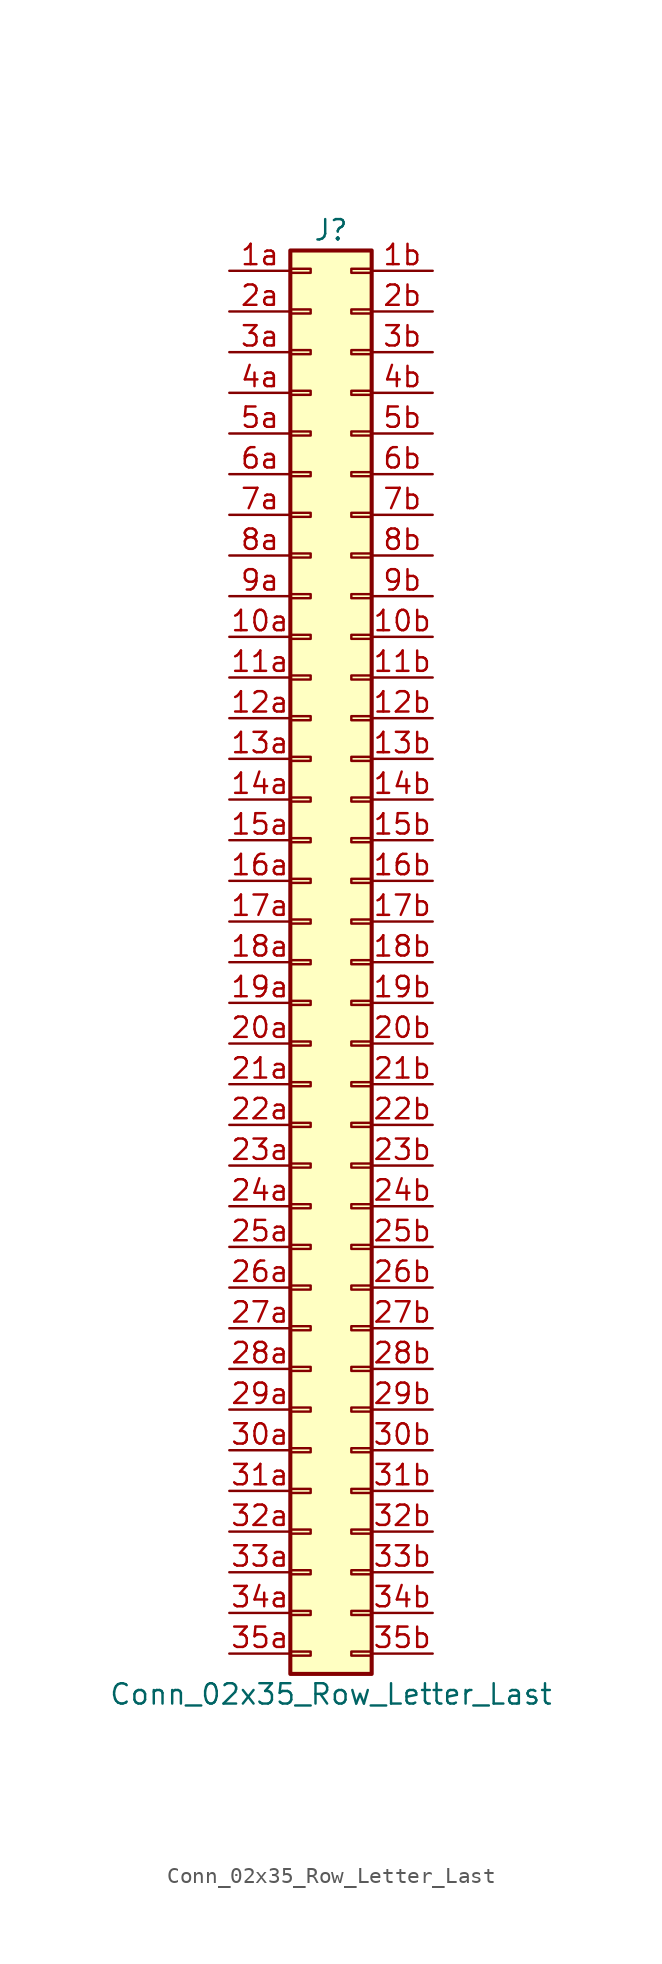
<source format=kicad_sym>
(kicad_symbol_lib
  (version 20220914)
  (generator kicad_symbol_editor)
  (symbol "Conn_02x35_Row_Letter_Last"
    (pin_names
      (offset 1.016) hide)
    (property "Reference" "J"
      (at 1.27 45.72 0)
      (effects (font (size 1.27 1.27))))
    (property "Value" "Conn_02x35_Row_Letter_Last"
      (at 1.27 -45.72 0)
      (effects (font (size 1.27 1.27))))
    (symbol "Conn_02x35_Row_Letter_Last_1_1"
      (rectangle (start -1.27 -43.053) (end 0 -43.307) (stroke (width 0.152) (type solid)) (fill (type none)))
      (rectangle (start -1.27 -40.513) (end 0 -40.767) (stroke (width 0.152) (type solid)) (fill (type none)))
      (rectangle (start -1.27 -37.973) (end 0 -38.227) (stroke (width 0.152) (type solid)) (fill (type none)))
      (rectangle (start -1.27 -35.433) (end 0 -35.687) (stroke (width 0.152) (type solid)) (fill (type none)))
      (rectangle (start -1.27 -32.893) (end 0 -33.147) (stroke (width 0.152) (type solid)) (fill (type none)))
      (rectangle (start -1.27 -30.353) (end 0 -30.607) (stroke (width 0.152) (type solid)) (fill (type none)))
      (rectangle (start -1.27 -27.813) (end 0 -28.067) (stroke (width 0.152) (type solid)) (fill (type none)))
      (rectangle (start -1.27 -25.273) (end 0 -25.527) (stroke (width 0.152) (type solid)) (fill (type none)))
      (rectangle (start -1.27 -22.733) (end 0 -22.987) (stroke (width 0.152) (type solid)) (fill (type none)))
      (rectangle (start -1.27 -20.193) (end 0 -20.447) (stroke (width 0.152) (type solid)) (fill (type none)))
      (rectangle (start -1.27 -17.653) (end 0 -17.907) (stroke (width 0.152) (type solid)) (fill (type none)))
      (rectangle (start -1.27 -15.113) (end 0 -15.367) (stroke (width 0.152) (type solid)) (fill (type none)))
      (rectangle (start -1.27 -12.573) (end 0 -12.827) (stroke (width 0.152) (type solid)) (fill (type none)))
      (rectangle (start -1.27 -10.033) (end 0 -10.287) (stroke (width 0.152) (type solid)) (fill (type none)))
      (rectangle (start -1.27 -7.493) (end 0 -7.747) (stroke (width 0.152) (type solid)) (fill (type none)))
      (rectangle (start -1.27 -4.953) (end 0 -5.207) (stroke (width 0.152) (type solid)) (fill (type none)))
      (rectangle (start -1.27 -2.413) (end 0 -2.667) (stroke (width 0.152) (type solid)) (fill (type none)))
      (rectangle (start -1.27 0.127) (end 0 -0.127) (stroke (width 0.152) (type solid)) (fill (type none)))
      (rectangle (start -1.27 2.667) (end 0 2.413) (stroke (width 0.152) (type solid)) (fill (type none)))
      (rectangle (start -1.27 5.207) (end 0 4.953) (stroke (width 0.152) (type solid)) (fill (type none)))
      (rectangle (start -1.27 7.747) (end 0 7.493) (stroke (width 0.152) (type solid)) (fill (type none)))
      (rectangle (start -1.27 10.287) (end 0 10.033) (stroke (width 0.152) (type solid)) (fill (type none)))
      (rectangle (start -1.27 12.827) (end 0 12.573) (stroke (width 0.152) (type solid)) (fill (type none)))
      (rectangle (start -1.27 15.367) (end 0 15.113) (stroke (width 0.152) (type solid)) (fill (type none)))
      (rectangle (start -1.27 17.907) (end 0 17.653) (stroke (width 0.152) (type solid)) (fill (type none)))
      (rectangle (start -1.27 20.447) (end 0 20.193) (stroke (width 0.152) (type solid)) (fill (type none)))
      (rectangle (start -1.27 22.987) (end 0 22.733) (stroke (width 0.152) (type solid)) (fill (type none)))
      (rectangle (start -1.27 25.527) (end 0 25.273) (stroke (width 0.152) (type solid)) (fill (type none)))
      (rectangle (start -1.27 28.067) (end 0 27.813) (stroke (width 0.152) (type solid)) (fill (type none)))
      (rectangle (start -1.27 30.607) (end 0 30.353) (stroke (width 0.152) (type solid)) (fill (type none)))
      (rectangle (start -1.27 33.147) (end 0 32.893) (stroke (width 0.152) (type solid)) (fill (type none)))
      (rectangle (start -1.27 35.687) (end 0 35.433) (stroke (width 0.152) (type solid)) (fill (type none)))
      (rectangle (start -1.27 38.227) (end 0 37.973) (stroke (width 0.152) (type solid)) (fill (type none)))
      (rectangle (start -1.27 40.767) (end 0 40.513) (stroke (width 0.152) (type solid)) (fill (type none)))
      (rectangle (start -1.27 43.307) (end 0 43.053) (stroke (width 0.152) (type solid)) (fill (type none)))
      (rectangle (start -1.27 44.45) (end 3.81 -44.45) (stroke (width 0.254) (type solid)) (fill (type background)))
      (rectangle (start 3.81 -43.053) (end 2.54 -43.307) (stroke (width 0.152) (type solid)) (fill (type none)))
      (rectangle (start 3.81 -40.513) (end 2.54 -40.767) (stroke (width 0.152) (type solid)) (fill (type none)))
      (rectangle (start 3.81 -37.973) (end 2.54 -38.227) (stroke (width 0.152) (type solid)) (fill (type none)))
      (rectangle (start 3.81 -35.433) (end 2.54 -35.687) (stroke (width 0.152) (type solid)) (fill (type none)))
      (rectangle (start 3.81 -32.893) (end 2.54 -33.147) (stroke (width 0.152) (type solid)) (fill (type none)))
      (rectangle (start 3.81 -30.353) (end 2.54 -30.607) (stroke (width 0.152) (type solid)) (fill (type none)))
      (rectangle (start 3.81 -27.813) (end 2.54 -28.067) (stroke (width 0.152) (type solid)) (fill (type none)))
      (rectangle (start 3.81 -25.273) (end 2.54 -25.527) (stroke (width 0.152) (type solid)) (fill (type none)))
      (rectangle (start 3.81 -22.733) (end 2.54 -22.987) (stroke (width 0.152) (type solid)) (fill (type none)))
      (rectangle (start 3.81 -20.193) (end 2.54 -20.447) (stroke (width 0.152) (type solid)) (fill (type none)))
      (rectangle (start 3.81 -17.653) (end 2.54 -17.907) (stroke (width 0.152) (type solid)) (fill (type none)))
      (rectangle (start 3.81 -15.113) (end 2.54 -15.367) (stroke (width 0.152) (type solid)) (fill (type none)))
      (rectangle (start 3.81 -12.573) (end 2.54 -12.827) (stroke (width 0.152) (type solid)) (fill (type none)))
      (rectangle (start 3.81 -10.033) (end 2.54 -10.287) (stroke (width 0.152) (type solid)) (fill (type none)))
      (rectangle (start 3.81 -7.493) (end 2.54 -7.747) (stroke (width 0.152) (type solid)) (fill (type none)))
      (rectangle (start 3.81 -4.953) (end 2.54 -5.207) (stroke (width 0.152) (type solid)) (fill (type none)))
      (rectangle (start 3.81 -2.413) (end 2.54 -2.667) (stroke (width 0.152) (type solid)) (fill (type none)))
      (rectangle (start 3.81 0.127) (end 2.54 -0.127) (stroke (width 0.152) (type solid)) (fill (type none)))
      (rectangle (start 3.81 2.667) (end 2.54 2.413) (stroke (width 0.152) (type solid)) (fill (type none)))
      (rectangle (start 3.81 5.207) (end 2.54 4.953) (stroke (width 0.152) (type solid)) (fill (type none)))
      (rectangle (start 3.81 7.747) (end 2.54 7.493) (stroke (width 0.152) (type solid)) (fill (type none)))
      (rectangle (start 3.81 10.287) (end 2.54 10.033) (stroke (width 0.152) (type solid)) (fill (type none)))
      (rectangle (start 3.81 12.827) (end 2.54 12.573) (stroke (width 0.152) (type solid)) (fill (type none)))
      (rectangle (start 3.81 15.367) (end 2.54 15.113) (stroke (width 0.152) (type solid)) (fill (type none)))
      (rectangle (start 3.81 17.907) (end 2.54 17.653) (stroke (width 0.152) (type solid)) (fill (type none)))
      (rectangle (start 3.81 20.447) (end 2.54 20.193) (stroke (width 0.152) (type solid)) (fill (type none)))
      (rectangle (start 3.81 22.987) (end 2.54 22.733) (stroke (width 0.152) (type solid)) (fill (type none)))
      (rectangle (start 3.81 25.527) (end 2.54 25.273) (stroke (width 0.152) (type solid)) (fill (type none)))
      (rectangle (start 3.81 28.067) (end 2.54 27.813) (stroke (width 0.152) (type solid)) (fill (type none)))
      (rectangle (start 3.81 30.607) (end 2.54 30.353) (stroke (width 0.152) (type solid)) (fill (type none)))
      (rectangle (start 3.81 33.147) (end 2.54 32.893) (stroke (width 0.152) (type solid)) (fill (type none)))
      (rectangle (start 3.81 35.687) (end 2.54 35.433) (stroke (width 0.152) (type solid)) (fill (type none)))
      (rectangle (start 3.81 38.227) (end 2.54 37.973) (stroke (width 0.152) (type solid)) (fill (type none)))
      (rectangle (start 3.81 40.767) (end 2.54 40.513) (stroke (width 0.152) (type solid)) (fill (type none)))
      (rectangle (start 3.81 43.307) (end 2.54 43.053) (stroke (width 0.152) (type solid)) (fill (type none)))
      (pin passive line (at -5.08 20.32 0) (length 3.81) (name "Pin_10a" (effects (font (size 1.27 1.27)))) (number "10a" (effects (font (size 1.27 1.27)))))
      (pin passive line (at 7.62 20.32 180) (length 3.81) (name "Pin_10b" (effects (font (size 1.27 1.27)))) (number "10b" (effects (font (size 1.27 1.27)))))
      (pin passive line (at -5.08 17.78 0) (length 3.81) (name "Pin_11a" (effects (font (size 1.27 1.27)))) (number "11a" (effects (font (size 1.27 1.27)))))
      (pin passive line (at 7.62 17.78 180) (length 3.81) (name "Pin_11b" (effects (font (size 1.27 1.27)))) (number "11b" (effects (font (size 1.27 1.27)))))
      (pin passive line (at -5.08 15.24 0) (length 3.81) (name "Pin_12a" (effects (font (size 1.27 1.27)))) (number "12a" (effects (font (size 1.27 1.27)))))
      (pin passive line (at 7.62 15.24 180) (length 3.81) (name "Pin_12b" (effects (font (size 1.27 1.27)))) (number "12b" (effects (font (size 1.27 1.27)))))
      (pin passive line (at -5.08 12.7 0) (length 3.81) (name "Pin_13a" (effects (font (size 1.27 1.27)))) (number "13a" (effects (font (size 1.27 1.27)))))
      (pin passive line (at 7.62 12.7 180) (length 3.81) (name "Pin_13b" (effects (font (size 1.27 1.27)))) (number "13b" (effects (font (size 1.27 1.27)))))
      (pin passive line (at -5.08 10.16 0) (length 3.81) (name "Pin_14a" (effects (font (size 1.27 1.27)))) (number "14a" (effects (font (size 1.27 1.27)))))
      (pin passive line (at 7.62 10.16 180) (length 3.81) (name "Pin_14b" (effects (font (size 1.27 1.27)))) (number "14b" (effects (font (size 1.27 1.27)))))
      (pin passive line (at -5.08 7.62 0) (length 3.81) (name "Pin_15a" (effects (font (size 1.27 1.27)))) (number "15a" (effects (font (size 1.27 1.27)))))
      (pin passive line (at 7.62 7.62 180) (length 3.81) (name "Pin_15b" (effects (font (size 1.27 1.27)))) (number "15b" (effects (font (size 1.27 1.27)))))
      (pin passive line (at -5.08 5.08 0) (length 3.81) (name "Pin_16a" (effects (font (size 1.27 1.27)))) (number "16a" (effects (font (size 1.27 1.27)))))
      (pin passive line (at 7.62 5.08 180) (length 3.81) (name "Pin_16b" (effects (font (size 1.27 1.27)))) (number "16b" (effects (font (size 1.27 1.27)))))
      (pin passive line (at -5.08 2.54 0) (length 3.81) (name "Pin_17a" (effects (font (size 1.27 1.27)))) (number "17a" (effects (font (size 1.27 1.27)))))
      (pin passive line (at 7.62 2.54 180) (length 3.81) (name "Pin_17b" (effects (font (size 1.27 1.27)))) (number "17b" (effects (font (size 1.27 1.27)))))
      (pin passive line (at -5.08 0 0) (length 3.81) (name "Pin_18a" (effects (font (size 1.27 1.27)))) (number "18a" (effects (font (size 1.27 1.27)))))
      (pin passive line (at 7.62 0 180) (length 3.81) (name "Pin_18b" (effects (font (size 1.27 1.27)))) (number "18b" (effects (font (size 1.27 1.27)))))
      (pin passive line (at -5.08 -2.54 0) (length 3.81) (name "Pin_19a" (effects (font (size 1.27 1.27)))) (number "19a" (effects (font (size 1.27 1.27)))))
      (pin passive line (at 7.62 -2.54 180) (length 3.81) (name "Pin_19b" (effects (font (size 1.27 1.27)))) (number "19b" (effects (font (size 1.27 1.27)))))
      (pin passive line (at -5.08 43.18 0) (length 3.81) (name "Pin_1a" (effects (font (size 1.27 1.27)))) (number "1a" (effects (font (size 1.27 1.27)))))
      (pin passive line (at 7.62 43.18 180) (length 3.81) (name "Pin_1b" (effects (font (size 1.27 1.27)))) (number "1b" (effects (font (size 1.27 1.27)))))
      (pin passive line (at -5.08 -5.08 0) (length 3.81) (name "Pin_20a" (effects (font (size 1.27 1.27)))) (number "20a" (effects (font (size 1.27 1.27)))))
      (pin passive line (at 7.62 -5.08 180) (length 3.81) (name "Pin_20b" (effects (font (size 1.27 1.27)))) (number "20b" (effects (font (size 1.27 1.27)))))
      (pin passive line (at -5.08 -7.62 0) (length 3.81) (name "Pin_21a" (effects (font (size 1.27 1.27)))) (number "21a" (effects (font (size 1.27 1.27)))))
      (pin passive line (at 7.62 -7.62 180) (length 3.81) (name "Pin_21b" (effects (font (size 1.27 1.27)))) (number "21b" (effects (font (size 1.27 1.27)))))
      (pin passive line (at -5.08 -10.16 0) (length 3.81) (name "Pin_22a" (effects (font (size 1.27 1.27)))) (number "22a" (effects (font (size 1.27 1.27)))))
      (pin passive line (at 7.62 -10.16 180) (length 3.81) (name "Pin_22b" (effects (font (size 1.27 1.27)))) (number "22b" (effects (font (size 1.27 1.27)))))
      (pin passive line (at -5.08 -12.7 0) (length 3.81) (name "Pin_23a" (effects (font (size 1.27 1.27)))) (number "23a" (effects (font (size 1.27 1.27)))))
      (pin passive line (at 7.62 -12.7 180) (length 3.81) (name "Pin_23b" (effects (font (size 1.27 1.27)))) (number "23b" (effects (font (size 1.27 1.27)))))
      (pin passive line (at -5.08 -15.24 0) (length 3.81) (name "Pin_24a" (effects (font (size 1.27 1.27)))) (number "24a" (effects (font (size 1.27 1.27)))))
      (pin passive line (at 7.62 -15.24 180) (length 3.81) (name "Pin_24b" (effects (font (size 1.27 1.27)))) (number "24b" (effects (font (size 1.27 1.27)))))
      (pin passive line (at -5.08 -17.78 0) (length 3.81) (name "Pin_25a" (effects (font (size 1.27 1.27)))) (number "25a" (effects (font (size 1.27 1.27)))))
      (pin passive line (at 7.62 -17.78 180) (length 3.81) (name "Pin_25b" (effects (font (size 1.27 1.27)))) (number "25b" (effects (font (size 1.27 1.27)))))
      (pin passive line (at -5.08 -20.32 0) (length 3.81) (name "Pin_26a" (effects (font (size 1.27 1.27)))) (number "26a" (effects (font (size 1.27 1.27)))))
      (pin passive line (at 7.62 -20.32 180) (length 3.81) (name "Pin_26b" (effects (font (size 1.27 1.27)))) (number "26b" (effects (font (size 1.27 1.27)))))
      (pin passive line (at -5.08 -22.86 0) (length 3.81) (name "Pin_27a" (effects (font (size 1.27 1.27)))) (number "27a" (effects (font (size 1.27 1.27)))))
      (pin passive line (at 7.62 -22.86 180) (length 3.81) (name "Pin_27b" (effects (font (size 1.27 1.27)))) (number "27b" (effects (font (size 1.27 1.27)))))
      (pin passive line (at -5.08 -25.4 0) (length 3.81) (name "Pin_28a" (effects (font (size 1.27 1.27)))) (number "28a" (effects (font (size 1.27 1.27)))))
      (pin passive line (at 7.62 -25.4 180) (length 3.81) (name "Pin_28b" (effects (font (size 1.27 1.27)))) (number "28b" (effects (font (size 1.27 1.27)))))
      (pin passive line (at -5.08 -27.94 0) (length 3.81) (name "Pin_29a" (effects (font (size 1.27 1.27)))) (number "29a" (effects (font (size 1.27 1.27)))))
      (pin passive line (at 7.62 -27.94 180) (length 3.81) (name "Pin_29b" (effects (font (size 1.27 1.27)))) (number "29b" (effects (font (size 1.27 1.27)))))
      (pin passive line (at -5.08 40.64 0) (length 3.81) (name "Pin_2a" (effects (font (size 1.27 1.27)))) (number "2a" (effects (font (size 1.27 1.27)))))
      (pin passive line (at 7.62 40.64 180) (length 3.81) (name "Pin_2b" (effects (font (size 1.27 1.27)))) (number "2b" (effects (font (size 1.27 1.27)))))
      (pin passive line (at -5.08 -30.48 0) (length 3.81) (name "Pin_30a" (effects (font (size 1.27 1.27)))) (number "30a" (effects (font (size 1.27 1.27)))))
      (pin passive line (at 7.62 -30.48 180) (length 3.81) (name "Pin_30b" (effects (font (size 1.27 1.27)))) (number "30b" (effects (font (size 1.27 1.27)))))
      (pin passive line (at -5.08 -33.02 0) (length 3.81) (name "Pin_31a" (effects (font (size 1.27 1.27)))) (number "31a" (effects (font (size 1.27 1.27)))))
      (pin passive line (at 7.62 -33.02 180) (length 3.81) (name "Pin_31b" (effects (font (size 1.27 1.27)))) (number "31b" (effects (font (size 1.27 1.27)))))
      (pin passive line (at -5.08 -35.56 0) (length 3.81) (name "Pin_32a" (effects (font (size 1.27 1.27)))) (number "32a" (effects (font (size 1.27 1.27)))))
      (pin passive line (at 7.62 -35.56 180) (length 3.81) (name "Pin_32b" (effects (font (size 1.27 1.27)))) (number "32b" (effects (font (size 1.27 1.27)))))
      (pin passive line (at -5.08 -38.1 0) (length 3.81) (name "Pin_33a" (effects (font (size 1.27 1.27)))) (number "33a" (effects (font (size 1.27 1.27)))))
      (pin passive line (at 7.62 -38.1 180) (length 3.81) (name "Pin_33b" (effects (font (size 1.27 1.27)))) (number "33b" (effects (font (size 1.27 1.27)))))
      (pin passive line (at -5.08 -40.64 0) (length 3.81) (name "Pin_34a" (effects (font (size 1.27 1.27)))) (number "34a" (effects (font (size 1.27 1.27)))))
      (pin passive line (at 7.62 -40.64 180) (length 3.81) (name "Pin_34b" (effects (font (size 1.27 1.27)))) (number "34b" (effects (font (size 1.27 1.27)))))
      (pin passive line (at -5.08 -43.18 0) (length 3.81) (name "Pin_35a" (effects (font (size 1.27 1.27)))) (number "35a" (effects (font (size 1.27 1.27)))))
      (pin passive line (at 7.62 -43.18 180) (length 3.81) (name "Pin_35b" (effects (font (size 1.27 1.27)))) (number "35b" (effects (font (size 1.27 1.27)))))
      (pin passive line (at -5.08 38.1 0) (length 3.81) (name "Pin_3a" (effects (font (size 1.27 1.27)))) (number "3a" (effects (font (size 1.27 1.27)))))
      (pin passive line (at 7.62 38.1 180) (length 3.81) (name "Pin_3b" (effects (font (size 1.27 1.27)))) (number "3b" (effects (font (size 1.27 1.27)))))
      (pin passive line (at -5.08 35.56 0) (length 3.81) (name "Pin_4a" (effects (font (size 1.27 1.27)))) (number "4a" (effects (font (size 1.27 1.27)))))
      (pin passive line (at 7.62 35.56 180) (length 3.81) (name "Pin_4b" (effects (font (size 1.27 1.27)))) (number "4b" (effects (font (size 1.27 1.27)))))
      (pin passive line (at -5.08 33.02 0) (length 3.81) (name "Pin_5a" (effects (font (size 1.27 1.27)))) (number "5a" (effects (font (size 1.27 1.27)))))
      (pin passive line (at 7.62 33.02 180) (length 3.81) (name "Pin_5b" (effects (font (size 1.27 1.27)))) (number "5b" (effects (font (size 1.27 1.27)))))
      (pin passive line (at -5.08 30.48 0) (length 3.81) (name "Pin_6a" (effects (font (size 1.27 1.27)))) (number "6a" (effects (font (size 1.27 1.27)))))
      (pin passive line (at 7.62 30.48 180) (length 3.81) (name "Pin_6b" (effects (font (size 1.27 1.27)))) (number "6b" (effects (font (size 1.27 1.27)))))
      (pin passive line (at -5.08 27.94 0) (length 3.81) (name "Pin_7a" (effects (font (size 1.27 1.27)))) (number "7a" (effects (font (size 1.27 1.27)))))
      (pin passive line (at 7.62 27.94 180) (length 3.81) (name "Pin_7b" (effects (font (size 1.27 1.27)))) (number "7b" (effects (font (size 1.27 1.27)))))
      (pin passive line (at -5.08 25.4 0) (length 3.81) (name "Pin_8a" (effects (font (size 1.27 1.27)))) (number "8a" (effects (font (size 1.27 1.27)))))
      (pin passive line (at 7.62 25.4 180) (length 3.81) (name "Pin_8b" (effects (font (size 1.27 1.27)))) (number "8b" (effects (font (size 1.27 1.27)))))
      (pin passive line (at -5.08 22.86 0) (length 3.81) (name "Pin_9a" (effects (font (size 1.27 1.27)))) (number "9a" (effects (font (size 1.27 1.27)))))
      (pin passive line (at 7.62 22.86 180) (length 3.81) (name "Pin_9b" (effects (font (size 1.27 1.27)))) (number "9b" (effects (font (size 1.27 1.27))))))))
</source>
